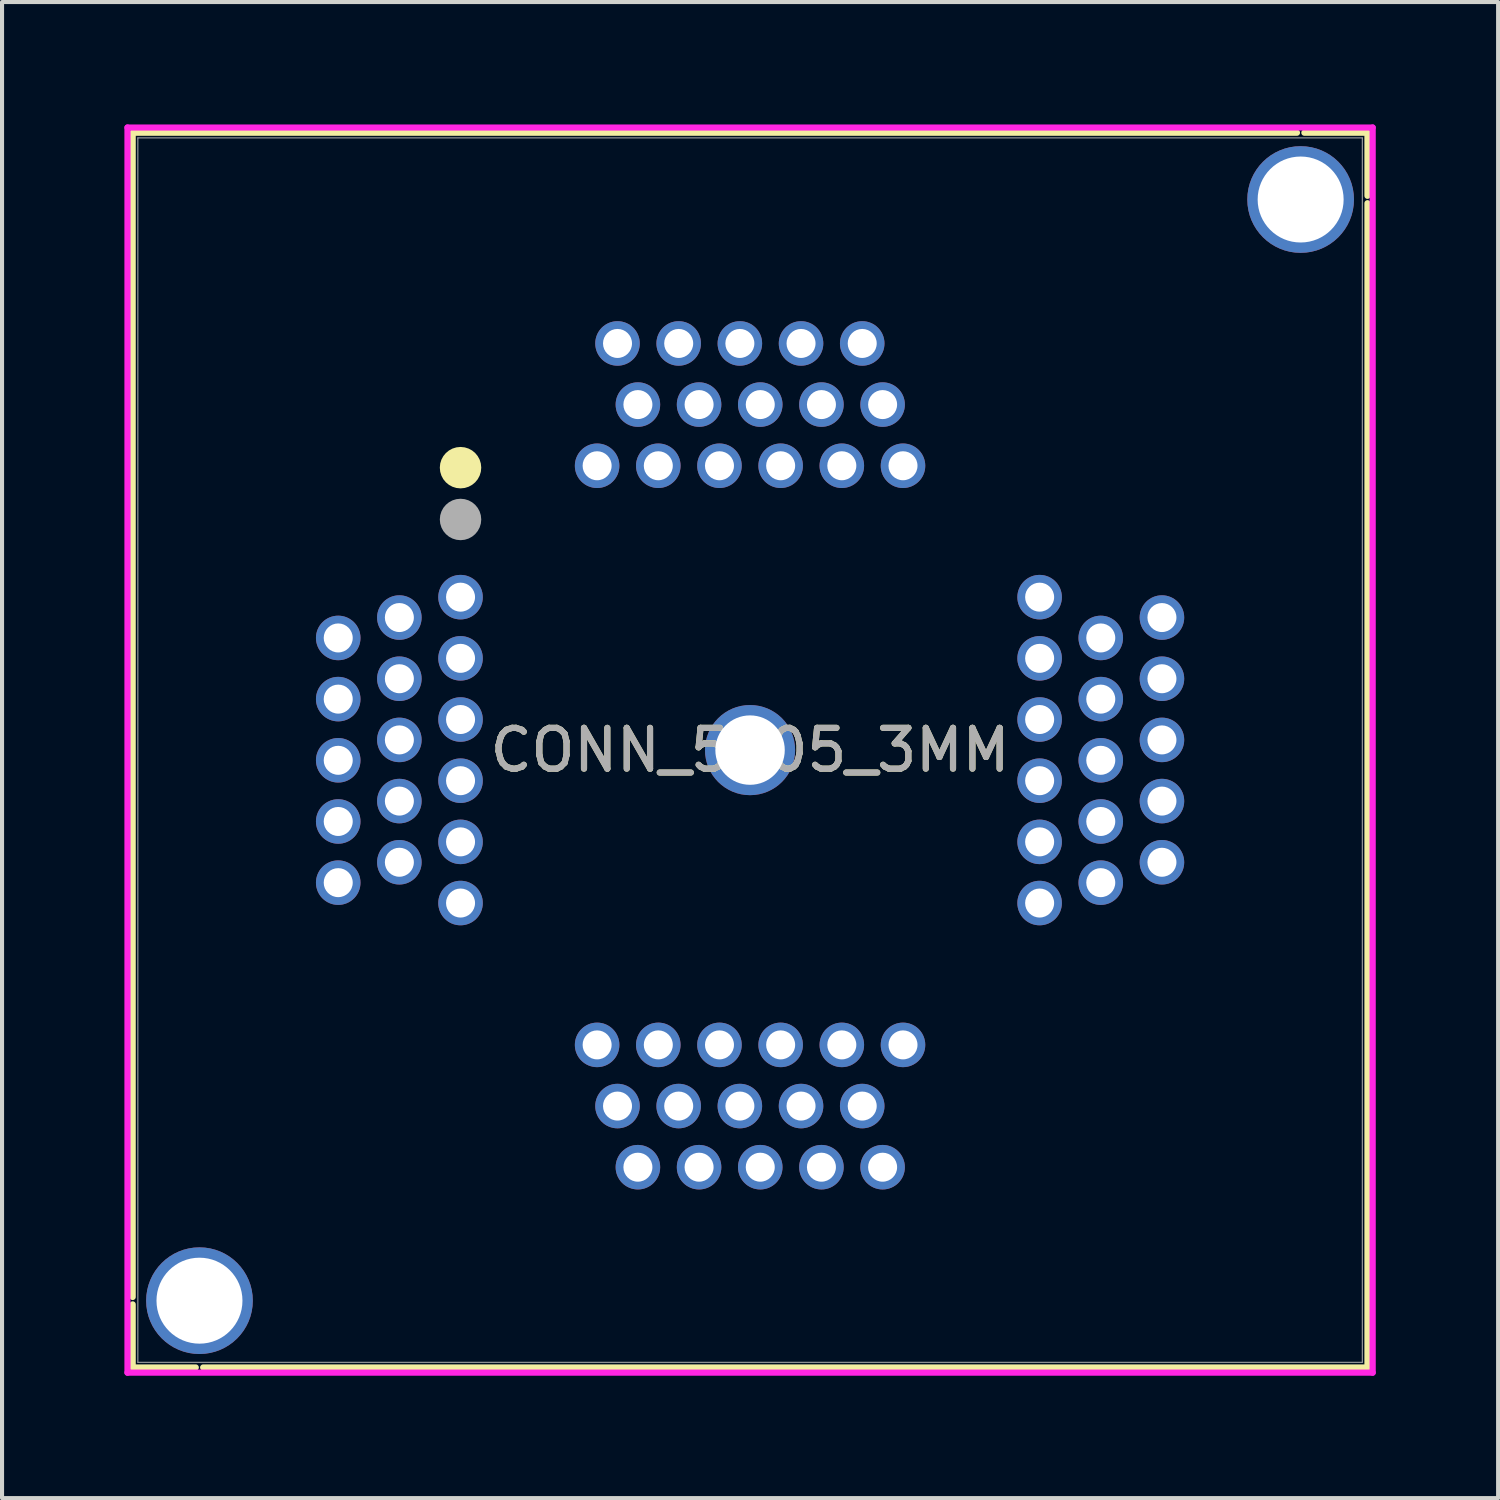
<source format=kicad_pcb>
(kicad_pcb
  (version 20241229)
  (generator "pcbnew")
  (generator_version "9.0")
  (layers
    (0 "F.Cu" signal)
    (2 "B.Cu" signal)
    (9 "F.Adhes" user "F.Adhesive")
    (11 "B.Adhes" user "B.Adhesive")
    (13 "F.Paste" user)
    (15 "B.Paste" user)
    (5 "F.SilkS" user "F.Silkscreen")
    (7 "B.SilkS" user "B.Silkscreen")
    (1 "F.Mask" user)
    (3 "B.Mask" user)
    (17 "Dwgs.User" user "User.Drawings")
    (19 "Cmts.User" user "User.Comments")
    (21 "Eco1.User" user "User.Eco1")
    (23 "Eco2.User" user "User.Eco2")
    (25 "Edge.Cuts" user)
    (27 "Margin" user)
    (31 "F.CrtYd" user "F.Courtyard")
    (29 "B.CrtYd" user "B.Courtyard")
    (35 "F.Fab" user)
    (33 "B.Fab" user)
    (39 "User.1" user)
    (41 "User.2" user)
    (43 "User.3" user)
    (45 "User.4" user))
  (footprint "CONN_5205_3MM"
    (layer "F.Cu")
    (at 8.242 11.592)
    (property "Reference" "CONN_5205_3MM" (at 7.099 3.75 0) (unlocked yes) (layer "F.SilkS") (effects (font (size 1 1) (thickness 0.15))))
    (attr through_hole)
    (fp_line (start -8.039 -11.388) (end -8.039 17.159) (stroke (width 0.152) (type solid)) (layer "F.SilkS"))
    (fp_line (start -8.039 17.341) (end -8.039 18.888) (stroke (width 0.152) (type solid)) (layer "F.SilkS"))
    (fp_line (start -8.039 18.888) (end -6.492 18.888) (stroke (width 0.152) (type solid)) (layer "F.SilkS"))
    (fp_line (start -6.31 18.888) (end 22.238 18.888) (stroke (width 0.152) (type solid)) (layer "F.SilkS"))
    (fp_line (start 20.508 -11.388) (end -8.039 -11.388) (stroke (width 0.152) (type solid)) (layer "F.SilkS"))
    (fp_line (start 22.238 -11.388) (end 20.691 -11.388) (stroke (width 0.152) (type solid)) (layer "F.SilkS"))
    (fp_line (start 22.238 -9.841) (end 22.238 -11.388) (stroke (width 0.152) (type solid)) (layer "F.SilkS"))
    (fp_line (start 22.238 18.888) (end 22.238 -9.659) (stroke (width 0.152) (type solid)) (layer "F.SilkS"))
    (fp_circle (center 0 -3.175) (end 0.254 -3.175) (stroke (width 0.508) (type solid)) (fill no) (layer "F.SilkS"))
    (fp_line (start -8.166 -11.515) (end -8.166 19.015) (stroke (width 0.152) (type solid)) (layer "F.CrtYd"))
    (fp_line (start -8.166 19.015) (end 22.365 19.015) (stroke (width 0.152) (type solid)) (layer "F.CrtYd"))
    (fp_line (start 22.365 -11.515) (end -8.166 -11.515) (stroke (width 0.152) (type solid)) (layer "F.CrtYd"))
    (fp_line (start 22.365 19.015) (end 22.365 -11.515) (stroke (width 0.152) (type solid)) (layer "F.CrtYd"))
    (fp_line (start -7.912 -11.261) (end -7.912 18.761) (stroke (width 0.025) (type solid)) (layer "F.Fab"))
    (fp_line (start -7.912 18.761) (end 22.111 18.761) (stroke (width 0.025) (type solid)) (layer "F.Fab"))
    (fp_line (start 22.111 -11.261) (end -7.912 -11.261) (stroke (width 0.025) (type solid)) (layer "F.Fab"))
    (fp_line (start 22.111 18.761) (end 22.111 -11.261) (stroke (width 0.025) (type solid)) (layer "F.Fab"))
    (fp_circle (center 0 -1.905) (end 0.254 -1.905) (stroke (width 0.508) (type solid)) (fill no) (layer "F.Fab"))
    (fp_text user "${REFERENCE}" (at 7.099 3.75 0) (unlocked yes) (layer "F.Fab") (effects (font (size 1 1) (thickness 0.15))))
    (pad "1" thru_hole circle (at 0 0 90) (size 1.092 1.092) (drill 0.711) (layers "*.Cu" "*.Mask"))
    (pad "2" thru_hole circle (at -1.5 0.5 90) (size 1.092 1.092) (drill 0.711) (layers "*.Cu" "*.Mask"))
    (pad "3" thru_hole circle (at -2.999 1 90) (size 1.092 1.092) (drill 0.711) (layers "*.Cu" "*.Mask"))
    (pad "4" thru_hole circle (at 0 1.5 90) (size 1.092 1.092) (drill 0.711) (layers "*.Cu" "*.Mask"))
    (pad "5" thru_hole circle (at -1.5 2 90) (size 1.092 1.092) (drill 0.711) (layers "*.Cu" "*.Mask"))
    (pad "6" thru_hole circle (at -2.999 2.5 90) (size 1.092 1.092) (drill 0.711) (layers "*.Cu" "*.Mask"))
    (pad "7" thru_hole circle (at 0 3 90) (size 1.092 1.092) (drill 0.711) (layers "*.Cu" "*.Mask"))
    (pad "8" thru_hole circle (at -1.5 3.5 90) (size 1.092 1.092) (drill 0.711) (layers "*.Cu" "*.Mask"))
    (pad "9" thru_hole circle (at -2.999 4 90) (size 1.092 1.092) (drill 0.711) (layers "*.Cu" "*.Mask"))
    (pad "10" thru_hole circle (at 0 4.5 90) (size 1.092 1.092) (drill 0.711) (layers "*.Cu" "*.Mask"))
    (pad "11" thru_hole circle (at -1.5 5 90) (size 1.092 1.092) (drill 0.711) (layers "*.Cu" "*.Mask"))
    (pad "12" thru_hole circle (at -2.999 5.5 90) (size 1.092 1.092) (drill 0.711) (layers "*.Cu" "*.Mask"))
    (pad "13" thru_hole circle (at 0 6 90) (size 1.092 1.092) (drill 0.711) (layers "*.Cu" "*.Mask"))
    (pad "14" thru_hole circle (at -1.5 6.5 90) (size 1.092 1.092) (drill 0.711) (layers "*.Cu" "*.Mask"))
    (pad "15" thru_hole circle (at -2.999 7 90) (size 1.092 1.092) (drill 0.711) (layers "*.Cu" "*.Mask"))
    (pad "16" thru_hole circle (at 0 7.5 90) (size 1.092 1.092) (drill 0.711) (layers "*.Cu" "*.Mask"))
    (pad "17" thru_hole circle (at 3.349 10.978) (size 1.092 1.092) (drill 0.711) (layers "*.Cu" "*.Mask"))
    (pad "18" thru_hole circle (at 3.849 12.478) (size 1.092 1.092) (drill 0.711) (layers "*.Cu" "*.Mask"))
    (pad "19" thru_hole circle (at 4.349 13.977) (size 1.092 1.092) (drill 0.711) (layers "*.Cu" "*.Mask"))
    (pad "20" thru_hole circle (at 4.849 10.978) (size 1.092 1.092) (drill 0.711) (layers "*.Cu" "*.Mask"))
    (pad "21" thru_hole circle (at 5.349 12.478) (size 1.092 1.092) (drill 0.711) (layers "*.Cu" "*.Mask"))
    (pad "22" thru_hole circle (at 5.849 13.977) (size 1.092 1.092) (drill 0.711) (layers "*.Cu" "*.Mask"))
    (pad "23" thru_hole circle (at 6.349 10.978) (size 1.092 1.092) (drill 0.711) (layers "*.Cu" "*.Mask"))
    (pad "24" thru_hole circle (at 6.849 12.478) (size 1.092 1.092) (drill 0.711) (layers "*.Cu" "*.Mask"))
    (pad "25" thru_hole circle (at 7.349 13.977) (size 1.092 1.092) (drill 0.711) (layers "*.Cu" "*.Mask"))
    (pad "26" thru_hole circle (at 7.849 10.978) (size 1.092 1.092) (drill 0.711) (layers "*.Cu" "*.Mask"))
    (pad "27" thru_hole circle (at 8.349 12.478) (size 1.092 1.092) (drill 0.711) (layers "*.Cu" "*.Mask"))
    (pad "28" thru_hole circle (at 8.849 13.977) (size 1.092 1.092) (drill 0.711) (layers "*.Cu" "*.Mask"))
    (pad "29" thru_hole circle (at 9.349 10.978) (size 1.092 1.092) (drill 0.711) (layers "*.Cu" "*.Mask"))
    (pad "30" thru_hole circle (at 9.849 12.478) (size 1.092 1.092) (drill 0.711) (layers "*.Cu" "*.Mask"))
    (pad "31" thru_hole circle (at 10.349 13.977) (size 1.092 1.092) (drill 0.711) (layers "*.Cu" "*.Mask"))
    (pad "32" thru_hole circle (at 10.849 10.978) (size 1.092 1.092) (drill 0.711) (layers "*.Cu" "*.Mask"))
    (pad "33" thru_hole circle (at 14.199 7.5 90) (size 1.092 1.092) (drill 0.711) (layers "*.Cu" "*.Mask"))
    (pad "34" thru_hole circle (at 15.698 7 90) (size 1.092 1.092) (drill 0.711) (layers "*.Cu" "*.Mask"))
    (pad "35" thru_hole circle (at 17.198 6.5 90) (size 1.092 1.092) (drill 0.711) (layers "*.Cu" "*.Mask"))
    (pad "36" thru_hole circle (at 14.199 6 90) (size 1.092 1.092) (drill 0.711) (layers "*.Cu" "*.Mask"))
    (pad "37" thru_hole circle (at 15.698 5.5 90) (size 1.092 1.092) (drill 0.711) (layers "*.Cu" "*.Mask"))
    (pad "38" thru_hole circle (at 17.198 5 90) (size 1.092 1.092) (drill 0.711) (layers "*.Cu" "*.Mask"))
    (pad "39" thru_hole circle (at 14.199 4.5 90) (size 1.092 1.092) (drill 0.711) (layers "*.Cu" "*.Mask"))
    (pad "40" thru_hole circle (at 15.698 4 90) (size 1.092 1.092) (drill 0.711) (layers "*.Cu" "*.Mask"))
    (pad "41" thru_hole circle (at 17.198 3.5 90) (size 1.092 1.092) (drill 0.711) (layers "*.Cu" "*.Mask"))
    (pad "42" thru_hole circle (at 14.199 3 90) (size 1.092 1.092) (drill 0.711) (layers "*.Cu" "*.Mask"))
    (pad "43" thru_hole circle (at 15.698 2.5 90) (size 1.092 1.092) (drill 0.711) (layers "*.Cu" "*.Mask"))
    (pad "44" thru_hole circle (at 17.198 2 90) (size 1.092 1.092) (drill 0.711) (layers "*.Cu" "*.Mask"))
    (pad "45" thru_hole circle (at 14.199 1.5 90) (size 1.092 1.092) (drill 0.711) (layers "*.Cu" "*.Mask"))
    (pad "46" thru_hole circle (at 15.698 1 90) (size 1.092 1.092) (drill 0.711) (layers "*.Cu" "*.Mask"))
    (pad "47" thru_hole circle (at 17.198 0.5 90) (size 1.092 1.092) (drill 0.711) (layers "*.Cu" "*.Mask"))
    (pad "48" thru_hole circle (at 14.199 0 90) (size 1.092 1.092) (drill 0.711) (layers "*.Cu" "*.Mask"))
    (pad "49" thru_hole circle (at 10.849 -3.222) (size 1.092 1.092) (drill 0.711) (layers "*.Cu" "*.Mask"))
    (pad "50" thru_hole circle (at 10.349 -4.722) (size 1.092 1.092) (drill 0.711) (layers "*.Cu" "*.Mask"))
    (pad "51" thru_hole circle (at 9.849 -6.221) (size 1.092 1.092) (drill 0.711) (layers "*.Cu" "*.Mask"))
    (pad "52" thru_hole circle (at 9.349 -3.222) (size 1.092 1.092) (drill 0.711) (layers "*.Cu" "*.Mask"))
    (pad "53" thru_hole circle (at 8.849 -4.722) (size 1.092 1.092) (drill 0.711) (layers "*.Cu" "*.Mask"))
    (pad "54" thru_hole circle (at 8.349 -6.221) (size 1.092 1.092) (drill 0.711) (layers "*.Cu" "*.Mask"))
    (pad "55" thru_hole circle (at 7.849 -3.222) (size 1.092 1.092) (drill 0.711) (layers "*.Cu" "*.Mask"))
    (pad "56" thru_hole circle (at 7.349 -4.722) (size 1.092 1.092) (drill 0.711) (layers "*.Cu" "*.Mask"))
    (pad "57" thru_hole circle (at 6.849 -6.221) (size 1.092 1.092) (drill 0.711) (layers "*.Cu" "*.Mask"))
    (pad "58" thru_hole circle (at 6.349 -3.222) (size 1.092 1.092) (drill 0.711) (layers "*.Cu" "*.Mask"))
    (pad "59" thru_hole circle (at 5.849 -4.722) (size 1.092 1.092) (drill 0.711) (layers "*.Cu" "*.Mask"))
    (pad "60" thru_hole circle (at 5.349 -6.221) (size 1.092 1.092) (drill 0.711) (layers "*.Cu" "*.Mask"))
    (pad "61" thru_hole circle (at 4.849 -3.222) (size 1.092 1.092) (drill 0.711) (layers "*.Cu" "*.Mask"))
    (pad "62" thru_hole circle (at 4.349 -4.722) (size 1.092 1.092) (drill 0.711) (layers "*.Cu" "*.Mask"))
    (pad "63" thru_hole circle (at 3.849 -6.221) (size 1.092 1.092) (drill 0.711) (layers "*.Cu" "*.Mask"))
    (pad "64" thru_hole circle (at 3.349 -3.222) (size 1.092 1.092) (drill 0.711) (layers "*.Cu" "*.Mask"))
    (pad "65" thru_hole circle (at 7.099 3.75) (size 2.21 2.21) (drill 1.702) (layers "*.Cu" "*.Mask"))
    (pad "66" thru_hole circle (at -6.401 17.25) (size 2.616 2.616) (drill 2.108) (layers "*.Cu" "*.Mask"))
    (pad "67" thru_hole circle (at 20.599 -9.75) (size 2.616 2.616) (drill 2.108) (layers "*.Cu" "*.Mask"))
    (zone (net_name "") (layer "Dwgs.User") (hatch full 0.508) (connect_pads) (min_thickness 0.254) (filled_areas_thickness no) (keepout (tracks not_allowed) (vias not_allowed) (pads allowed) (copperpour not_allowed) (footprints allowed)) (placement (enabled no)) (fill) (polygon (pts (xy 5.331 0.33) (xy 5.331 5.33) (xy 0.331 5.33) (xy 0.33 0.33))))
    (zone (net_name "") (layer "Dwgs.User") (hatch full 0.508) (connect_pads) (min_thickness 0.254) (filled_areas_thickness no) (keepout (tracks not_allowed) (vias not_allowed) (pads allowed) (copperpour not_allowed) (footprints allowed)) (placement (enabled no)) (fill) (polygon (pts (xy 25.353 25.353) (xy 25.353 30.353) (xy 30.353 30.353) (xy 30.353 25.353))))
    (zone (net_name "") (layer "Dwgs.User") (hatch full 0.508) (connect_pads) (min_thickness 0.254) (filled_areas_thickness no) (keepout (tracks not_allowed) (vias not_allowed) (pads allowed) (copperpour not_allowed) (footprints allowed)) (placement (enabled no)) (fill) (polygon (pts (xy 30.353 25.353) (xy 25.353 25.353) (xy 25.353 30.353) (xy 30.353 30.353))))
    (zone (net_name "") (layer "F.Fab") (hatch full 0.508) (connect_pads) (min_thickness 0.254) (filled_areas_thickness no) (keepout (tracks not_allowed) (vias not_allowed) (pads allowed) (copperpour not_allowed) (footprints allowed)) (placement (enabled no)) (fill) (polygon (pts (xy 0.33 25.353) (xy 5.33 25.353) (xy 5.33 30.353) (xy 0.33 30.353))))
    (zone (net_name "") (layer "F.Fab") (hatch full 0.508) (connect_pads) (min_thickness 0.254) (filled_areas_thickness no) (keepout (tracks not_allowed) (vias not_allowed) (pads allowed) (copperpour not_allowed) (footprints allowed)) (placement (enabled no)) (fill) (polygon (pts (xy 25.353 0.33) (xy 25.353 5.33) (xy 30.353 5.33) (xy 30.353 0.33)))))
  (gr_rect
    (start -3 -3)
    (end 33.683 33.683)
    (stroke (width 0.1) (type default))
    (fill no)
    (layer "Edge.Cuts")))
</source>
